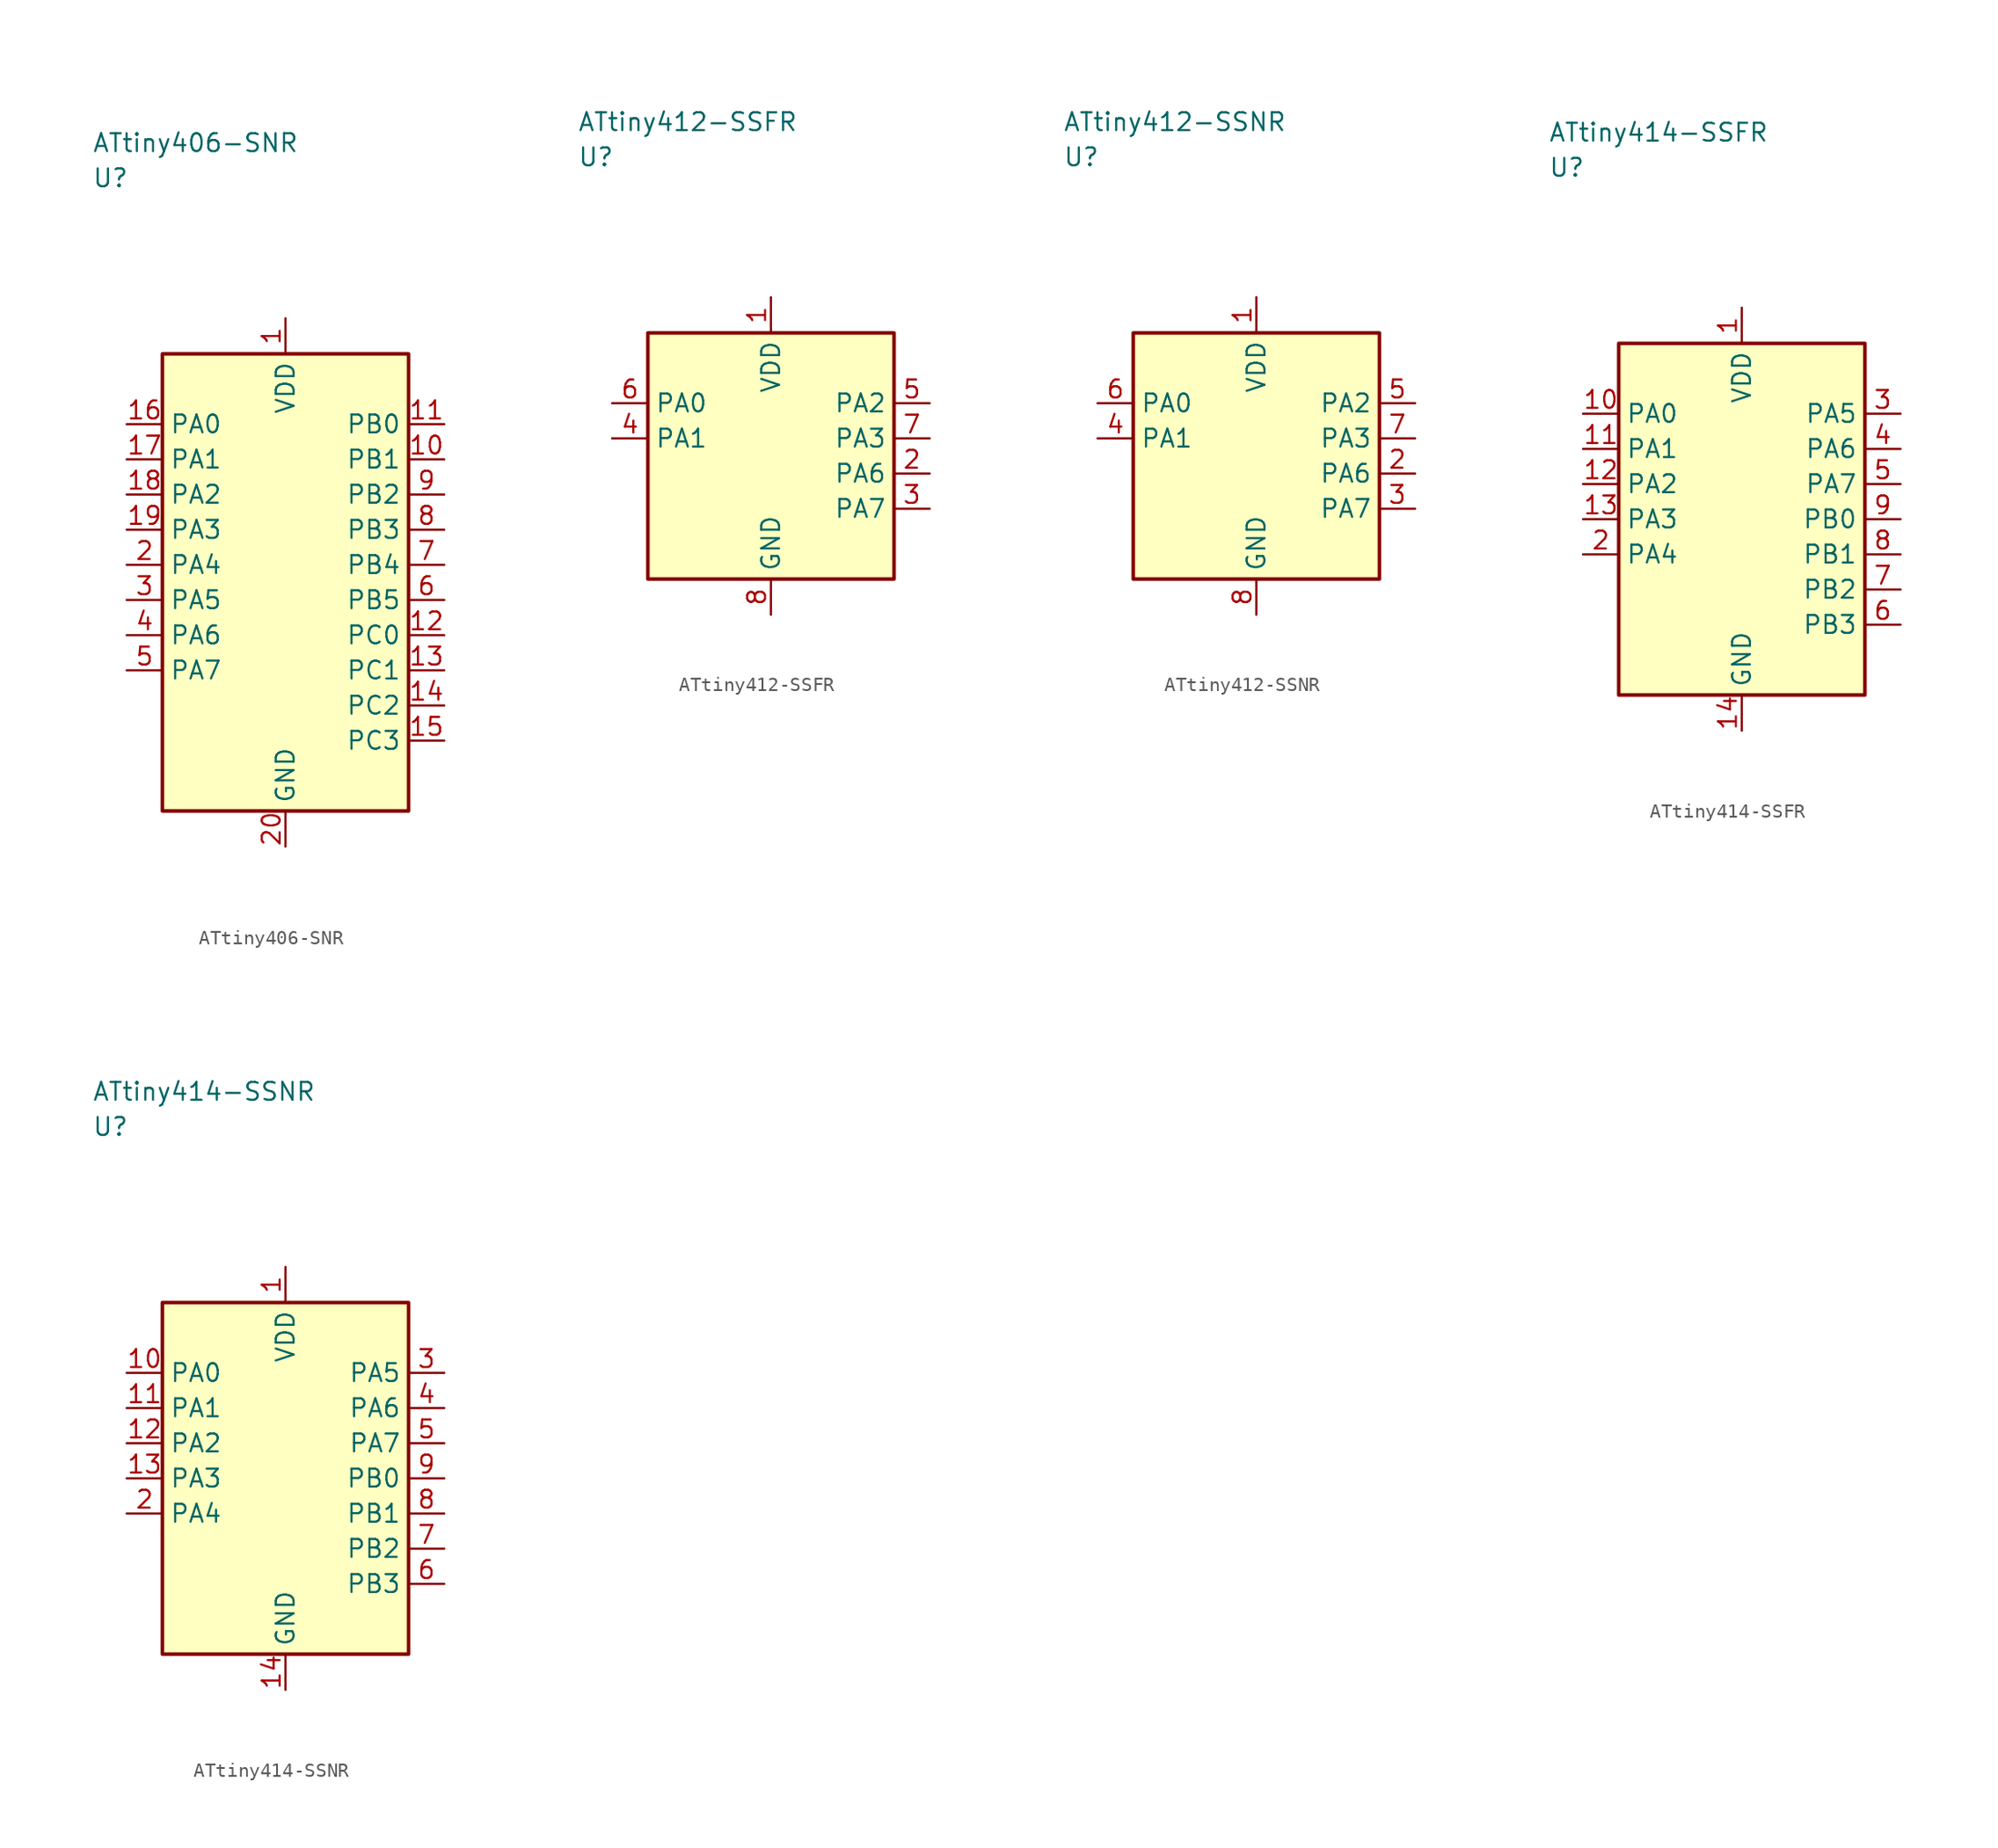
<source format=kicad_sym>
(kicad_symbol_lib
  (version 20241025)
  (generator "kicad_symbol_editor")
  (generator_version "8.0")
  (symbol "ATtiny406-SNR"
    (property "Reference" "U"
      (at -13.75 28.75 0)
      (effects (font (size 1.27 1.27)) (justify left)))
    (property "Value" "ATtiny406-SNR"
      (at -13.75 31.25 0)
      (effects (font (size 1.27 1.27)) (justify left)))
    (symbol "ATtiny406-SNR_0_1"
      (rectangle (start -8.75 16.25) (end 8.75 -16.25) (stroke (width 0.254) (type default)) (fill (type background))))
    (symbol "ATtiny406-SNR_1_1"
      (pin power_in line (at 0.0 18.79 270.0) (length 2.54) (name "VDD" (effects (font (size 1.27 1.27)))) (number "1" (effects (font (size 1.27 1.27)))))
      (pin bidirectional line (at -11.29 1.25 0.0) (length 2.54) (name "PA4" (effects (font (size 1.27 1.27)))) (number "2" (effects (font (size 1.27 1.27)))))
      (pin bidirectional line (at -11.29 -1.25 0.0) (length 2.54) (name "PA5" (effects (font (size 1.27 1.27)))) (number "3" (effects (font (size 1.27 1.27)))))
      (pin bidirectional line (at -11.29 -3.75 0.0) (length 2.54) (name "PA6" (effects (font (size 1.27 1.27)))) (number "4" (effects (font (size 1.27 1.27)))))
      (pin bidirectional line (at -11.29 -6.25 0.0) (length 2.54) (name "PA7" (effects (font (size 1.27 1.27)))) (number "5" (effects (font (size 1.27 1.27)))))
      (pin bidirectional line (at 11.29 -1.25 180.0) (length 2.54) (name "PB5" (effects (font (size 1.27 1.27)))) (number "6" (effects (font (size 1.27 1.27)))))
      (pin bidirectional line (at 11.29 1.25 180.0) (length 2.54) (name "PB4" (effects (font (size 1.27 1.27)))) (number "7" (effects (font (size 1.27 1.27)))))
      (pin bidirectional line (at 11.29 3.75 180.0) (length 2.54) (name "PB3" (effects (font (size 1.27 1.27)))) (number "8" (effects (font (size 1.27 1.27)))))
      (pin bidirectional line (at 11.29 6.25 180.0) (length 2.54) (name "PB2" (effects (font (size 1.27 1.27)))) (number "9" (effects (font (size 1.27 1.27)))))
      (pin bidirectional line (at 11.29 8.75 180.0) (length 2.54) (name "PB1" (effects (font (size 1.27 1.27)))) (number "10" (effects (font (size 1.27 1.27)))))
      (pin bidirectional line (at 11.29 11.25 180.0) (length 2.54) (name "PB0" (effects (font (size 1.27 1.27)))) (number "11" (effects (font (size 1.27 1.27)))))
      (pin bidirectional line (at 11.29 -3.75 180.0) (length 2.54) (name "PC0" (effects (font (size 1.27 1.27)))) (number "12" (effects (font (size 1.27 1.27)))))
      (pin bidirectional line (at 11.29 -6.25 180.0) (length 2.54) (name "PC1" (effects (font (size 1.27 1.27)))) (number "13" (effects (font (size 1.27 1.27)))))
      (pin bidirectional line (at 11.29 -8.75 180.0) (length 2.54) (name "PC2" (effects (font (size 1.27 1.27)))) (number "14" (effects (font (size 1.27 1.27)))))
      (pin bidirectional line (at 11.29 -11.25 180.0) (length 2.54) (name "PC3" (effects (font (size 1.27 1.27)))) (number "15" (effects (font (size 1.27 1.27)))))
      (pin bidirectional line (at -11.29 11.25 0.0) (length 2.54) (name "PA0" (effects (font (size 1.27 1.27)))) (number "16" (effects (font (size 1.27 1.27)))))
      (pin bidirectional line (at -11.29 8.75 0.0) (length 2.54) (name "PA1" (effects (font (size 1.27 1.27)))) (number "17" (effects (font (size 1.27 1.27)))))
      (pin bidirectional line (at -11.29 6.25 0.0) (length 2.54) (name "PA2" (effects (font (size 1.27 1.27)))) (number "18" (effects (font (size 1.27 1.27)))))
      (pin bidirectional line (at -11.29 3.75 0.0) (length 2.54) (name "PA3" (effects (font (size 1.27 1.27)))) (number "19" (effects (font (size 1.27 1.27)))))
      (pin passive line (at 0.0 -18.79 90.0) (length 2.54) (name "GND" (effects (font (size 1.27 1.27)))) (number "20" (effects (font (size 1.27 1.27)))))))
  (symbol "ATtiny412-SSFR"
    (property "Reference" "U"
      (at -13.75 21.25 0)
      (effects (font (size 1.27 1.27)) (justify left)))
    (property "Value" "ATtiny412-SSFR"
      (at -13.75 23.75 0)
      (effects (font (size 1.27 1.27)) (justify left)))
    (symbol "ATtiny412-SSFR_0_1"
      (rectangle (start -8.75 8.75) (end 8.75 -8.75) (stroke (width 0.254) (type default)) (fill (type background))))
    (symbol "ATtiny412-SSFR_1_1"
      (pin power_in line (at 0.0 11.29 270.0) (length 2.54) (name "VDD" (effects (font (size 1.27 1.27)))) (number "1" (effects (font (size 1.27 1.27)))))
      (pin bidirectional line (at 11.29 -1.25 180.0) (length 2.54) (name "PA6" (effects (font (size 1.27 1.27)))) (number "2" (effects (font (size 1.27 1.27)))))
      (pin bidirectional line (at 11.29 -3.75 180.0) (length 2.54) (name "PA7" (effects (font (size 1.27 1.27)))) (number "3" (effects (font (size 1.27 1.27)))))
      (pin bidirectional line (at -11.29 1.25 0.0) (length 2.54) (name "PA1" (effects (font (size 1.27 1.27)))) (number "4" (effects (font (size 1.27 1.27)))))
      (pin bidirectional line (at 11.29 3.75 180.0) (length 2.54) (name "PA2" (effects (font (size 1.27 1.27)))) (number "5" (effects (font (size 1.27 1.27)))))
      (pin bidirectional line (at -11.29 3.75 0.0) (length 2.54) (name "PA0" (effects (font (size 1.27 1.27)))) (number "6" (effects (font (size 1.27 1.27)))))
      (pin bidirectional line (at 11.29 1.25 180.0) (length 2.54) (name "PA3" (effects (font (size 1.27 1.27)))) (number "7" (effects (font (size 1.27 1.27)))))
      (pin passive line (at 0.0 -11.29 90.0) (length 2.54) (name "GND" (effects (font (size 1.27 1.27)))) (number "8" (effects (font (size 1.27 1.27)))))))
  (symbol "ATtiny412-SSNR"
    (property "Reference" "U"
      (at -13.75 21.25 0)
      (effects (font (size 1.27 1.27)) (justify left)))
    (property "Value" "ATtiny412-SSNR"
      (at -13.75 23.75 0)
      (effects (font (size 1.27 1.27)) (justify left)))
    (symbol "ATtiny412-SSNR_0_1"
      (rectangle (start -8.75 8.75) (end 8.75 -8.75) (stroke (width 0.254) (type default)) (fill (type background))))
    (symbol "ATtiny412-SSNR_1_1"
      (pin power_in line (at 0.0 11.29 270.0) (length 2.54) (name "VDD" (effects (font (size 1.27 1.27)))) (number "1" (effects (font (size 1.27 1.27)))))
      (pin bidirectional line (at 11.29 -1.25 180.0) (length 2.54) (name "PA6" (effects (font (size 1.27 1.27)))) (number "2" (effects (font (size 1.27 1.27)))))
      (pin bidirectional line (at 11.29 -3.75 180.0) (length 2.54) (name "PA7" (effects (font (size 1.27 1.27)))) (number "3" (effects (font (size 1.27 1.27)))))
      (pin bidirectional line (at -11.29 1.25 0.0) (length 2.54) (name "PA1" (effects (font (size 1.27 1.27)))) (number "4" (effects (font (size 1.27 1.27)))))
      (pin bidirectional line (at 11.29 3.75 180.0) (length 2.54) (name "PA2" (effects (font (size 1.27 1.27)))) (number "5" (effects (font (size 1.27 1.27)))))
      (pin bidirectional line (at -11.29 3.75 0.0) (length 2.54) (name "PA0" (effects (font (size 1.27 1.27)))) (number "6" (effects (font (size 1.27 1.27)))))
      (pin bidirectional line (at 11.29 1.25 180.0) (length 2.54) (name "PA3" (effects (font (size 1.27 1.27)))) (number "7" (effects (font (size 1.27 1.27)))))
      (pin passive line (at 0.0 -11.29 90.0) (length 2.54) (name "GND" (effects (font (size 1.27 1.27)))) (number "8" (effects (font (size 1.27 1.27)))))))
  (symbol "ATtiny414-SSFR"
    (property "Reference" "U"
      (at -13.75 25.0 0)
      (effects (font (size 1.27 1.27)) (justify left)))
    (property "Value" "ATtiny414-SSFR"
      (at -13.75 27.5 0)
      (effects (font (size 1.27 1.27)) (justify left)))
    (symbol "ATtiny414-SSFR_0_1"
      (rectangle (start -8.75 12.5) (end 8.75 -12.5) (stroke (width 0.254) (type default)) (fill (type background))))
    (symbol "ATtiny414-SSFR_1_1"
      (pin power_in line (at 0.0 15.04 270.0) (length 2.54) (name "VDD" (effects (font (size 1.27 1.27)))) (number "1" (effects (font (size 1.27 1.27)))))
      (pin bidirectional line (at -11.29 -2.5 0.0) (length 2.54) (name "PA4" (effects (font (size 1.27 1.27)))) (number "2" (effects (font (size 1.27 1.27)))))
      (pin bidirectional line (at 11.29 7.5 180.0) (length 2.54) (name "PA5" (effects (font (size 1.27 1.27)))) (number "3" (effects (font (size 1.27 1.27)))))
      (pin bidirectional line (at 11.29 5.0 180.0) (length 2.54) (name "PA6" (effects (font (size 1.27 1.27)))) (number "4" (effects (font (size 1.27 1.27)))))
      (pin bidirectional line (at 11.29 2.5 180.0) (length 2.54) (name "PA7" (effects (font (size 1.27 1.27)))) (number "5" (effects (font (size 1.27 1.27)))))
      (pin bidirectional line (at 11.29 -7.5 180.0) (length 2.54) (name "PB3" (effects (font (size 1.27 1.27)))) (number "6" (effects (font (size 1.27 1.27)))))
      (pin bidirectional line (at 11.29 -5.0 180.0) (length 2.54) (name "PB2" (effects (font (size 1.27 1.27)))) (number "7" (effects (font (size 1.27 1.27)))))
      (pin bidirectional line (at 11.29 -2.5 180.0) (length 2.54) (name "PB1" (effects (font (size 1.27 1.27)))) (number "8" (effects (font (size 1.27 1.27)))))
      (pin bidirectional line (at 11.29 0.0 180.0) (length 2.54) (name "PB0" (effects (font (size 1.27 1.27)))) (number "9" (effects (font (size 1.27 1.27)))))
      (pin bidirectional line (at -11.29 7.5 0.0) (length 2.54) (name "PA0" (effects (font (size 1.27 1.27)))) (number "10" (effects (font (size 1.27 1.27)))))
      (pin bidirectional line (at -11.29 5.0 0.0) (length 2.54) (name "PA1" (effects (font (size 1.27 1.27)))) (number "11" (effects (font (size 1.27 1.27)))))
      (pin bidirectional line (at -11.29 2.5 0.0) (length 2.54) (name "PA2" (effects (font (size 1.27 1.27)))) (number "12" (effects (font (size 1.27 1.27)))))
      (pin bidirectional line (at -11.29 0.0 0.0) (length 2.54) (name "PA3" (effects (font (size 1.27 1.27)))) (number "13" (effects (font (size 1.27 1.27)))))
      (pin passive line (at 0.0 -15.04 90.0) (length 2.54) (name "GND" (effects (font (size 1.27 1.27)))) (number "14" (effects (font (size 1.27 1.27)))))))
  (symbol "ATtiny414-SSNR"
    (property "Reference" "U"
      (at -13.75 25.0 0)
      (effects (font (size 1.27 1.27)) (justify left)))
    (property "Value" "ATtiny414-SSNR"
      (at -13.75 27.5 0)
      (effects (font (size 1.27 1.27)) (justify left)))
    (symbol "ATtiny414-SSNR_0_1"
      (rectangle (start -8.75 12.5) (end 8.75 -12.5) (stroke (width 0.254) (type default)) (fill (type background))))
    (symbol "ATtiny414-SSNR_1_1"
      (pin power_in line (at 0.0 15.04 270.0) (length 2.54) (name "VDD" (effects (font (size 1.27 1.27)))) (number "1" (effects (font (size 1.27 1.27)))))
      (pin bidirectional line (at -11.29 -2.5 0.0) (length 2.54) (name "PA4" (effects (font (size 1.27 1.27)))) (number "2" (effects (font (size 1.27 1.27)))))
      (pin bidirectional line (at 11.29 7.5 180.0) (length 2.54) (name "PA5" (effects (font (size 1.27 1.27)))) (number "3" (effects (font (size 1.27 1.27)))))
      (pin bidirectional line (at 11.29 5.0 180.0) (length 2.54) (name "PA6" (effects (font (size 1.27 1.27)))) (number "4" (effects (font (size 1.27 1.27)))))
      (pin bidirectional line (at 11.29 2.5 180.0) (length 2.54) (name "PA7" (effects (font (size 1.27 1.27)))) (number "5" (effects (font (size 1.27 1.27)))))
      (pin bidirectional line (at 11.29 -7.5 180.0) (length 2.54) (name "PB3" (effects (font (size 1.27 1.27)))) (number "6" (effects (font (size 1.27 1.27)))))
      (pin bidirectional line (at 11.29 -5.0 180.0) (length 2.54) (name "PB2" (effects (font (size 1.27 1.27)))) (number "7" (effects (font (size 1.27 1.27)))))
      (pin bidirectional line (at 11.29 -2.5 180.0) (length 2.54) (name "PB1" (effects (font (size 1.27 1.27)))) (number "8" (effects (font (size 1.27 1.27)))))
      (pin bidirectional line (at 11.29 0.0 180.0) (length 2.54) (name "PB0" (effects (font (size 1.27 1.27)))) (number "9" (effects (font (size 1.27 1.27)))))
      (pin bidirectional line (at -11.29 7.5 0.0) (length 2.54) (name "PA0" (effects (font (size 1.27 1.27)))) (number "10" (effects (font (size 1.27 1.27)))))
      (pin bidirectional line (at -11.29 5.0 0.0) (length 2.54) (name "PA1" (effects (font (size 1.27 1.27)))) (number "11" (effects (font (size 1.27 1.27)))))
      (pin bidirectional line (at -11.29 2.5 0.0) (length 2.54) (name "PA2" (effects (font (size 1.27 1.27)))) (number "12" (effects (font (size 1.27 1.27)))))
      (pin bidirectional line (at -11.29 0.0 0.0) (length 2.54) (name "PA3" (effects (font (size 1.27 1.27)))) (number "13" (effects (font (size 1.27 1.27)))))
      (pin passive line (at 0.0 -15.04 90.0) (length 2.54) (name "GND" (effects (font (size 1.27 1.27)))) (number "14" (effects (font (size 1.27 1.27))))))))
</source>
